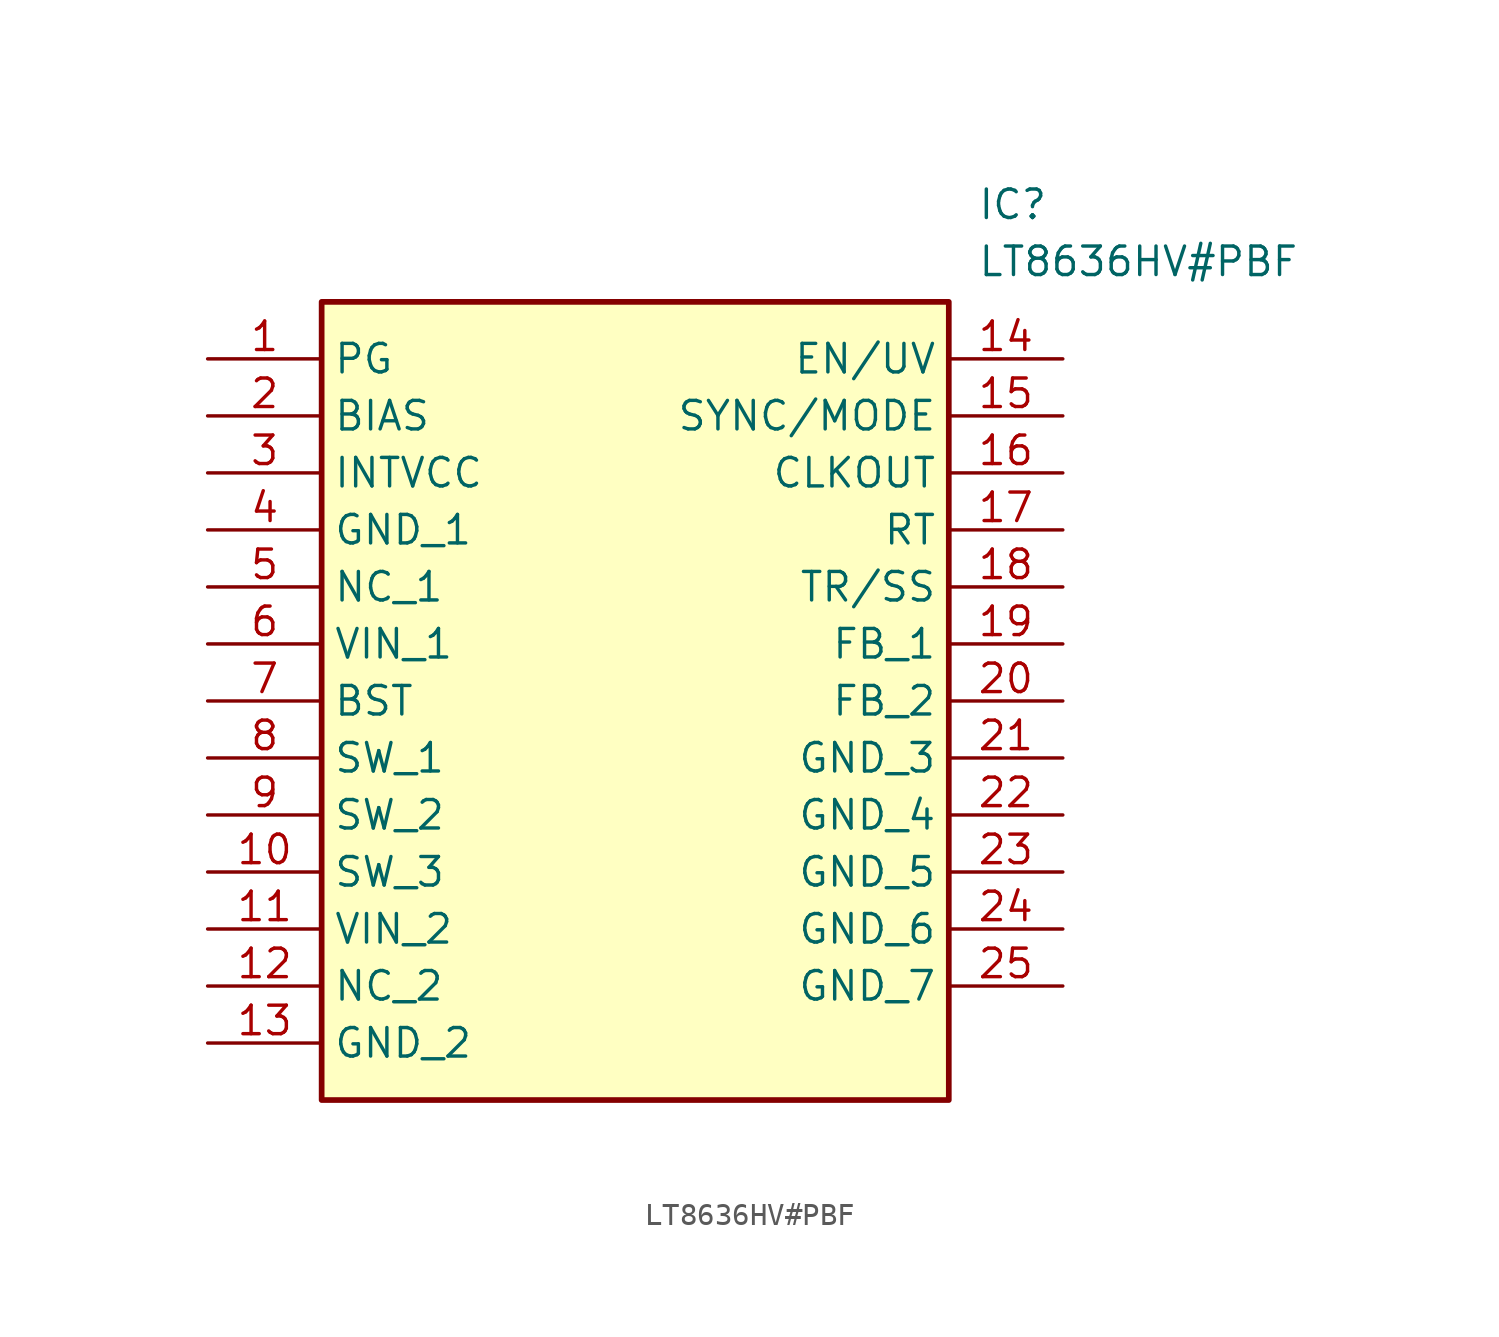
<source format=kicad_sym>
(kicad_symbol_lib
  (version 20211014)
  (generator SamacSys_ECAD_Model)
  (symbol "LT8636HV#PBF"
    (property "Reference" "IC"
      (at 34.29 7.62 0)
      (effects (font (size 1.27 1.27)) (justify left top)))
    (property "Value" "LT8636HV#PBF"
      (at 34.29 5.08 0)
      (effects (font (size 1.27 1.27)) (justify left top)))
    (rectangle
      (start 5.08 2.54)
      (end 33.02 -33.02)
      (stroke (width 0.254) (type default))
      (fill (type background)))
    (pin passive line
      (at 0 0 0)
      (length 5.08)
      (name "PG" (effects (font (size 1.27 1.27))))
      (number "1" (effects (font (size 1.27 1.27)))))
    (pin passive line
      (at 0 -2.54 0)
      (length 5.08)
      (name "BIAS" (effects (font (size 1.27 1.27))))
      (number "2" (effects (font (size 1.27 1.27)))))
    (pin passive line
      (at 0 -5.08 0)
      (length 5.08)
      (name "INTVCC" (effects (font (size 1.27 1.27))))
      (number "3" (effects (font (size 1.27 1.27)))))
    (pin passive line
      (at 0 -7.62 0)
      (length 5.08)
      (name "GND_1" (effects (font (size 1.27 1.27))))
      (number "4" (effects (font (size 1.27 1.27)))))
    (pin passive line
      (at 0 -10.16 0)
      (length 5.08)
      (name "NC_1" (effects (font (size 1.27 1.27))))
      (number "5" (effects (font (size 1.27 1.27)))))
    (pin passive line
      (at 0 -12.7 0)
      (length 5.08)
      (name "VIN_1" (effects (font (size 1.27 1.27))))
      (number "6" (effects (font (size 1.27 1.27)))))
    (pin passive line
      (at 0 -15.24 0)
      (length 5.08)
      (name "BST" (effects (font (size 1.27 1.27))))
      (number "7" (effects (font (size 1.27 1.27)))))
    (pin passive line
      (at 0 -17.78 0)
      (length 5.08)
      (name "SW_1" (effects (font (size 1.27 1.27))))
      (number "8" (effects (font (size 1.27 1.27)))))
    (pin passive line
      (at 0 -20.32 0)
      (length 5.08)
      (name "SW_2" (effects (font (size 1.27 1.27))))
      (number "9" (effects (font (size 1.27 1.27)))))
    (pin passive line
      (at 0 -22.86 0)
      (length 5.08)
      (name "SW_3" (effects (font (size 1.27 1.27))))
      (number "10" (effects (font (size 1.27 1.27)))))
    (pin passive line
      (at 0 -25.4 0)
      (length 5.08)
      (name "VIN_2" (effects (font (size 1.27 1.27))))
      (number "11" (effects (font (size 1.27 1.27)))))
    (pin passive line
      (at 0 -27.94 0)
      (length 5.08)
      (name "NC_2" (effects (font (size 1.27 1.27))))
      (number "12" (effects (font (size 1.27 1.27)))))
    (pin passive line
      (at 0 -30.48 0)
      (length 5.08)
      (name "GND_2" (effects (font (size 1.27 1.27))))
      (number "13" (effects (font (size 1.27 1.27)))))
    (pin passive line
      (at 38.1 0 180)
      (length 5.08)
      (name "EN/UV" (effects (font (size 1.27 1.27))))
      (number "14" (effects (font (size 1.27 1.27)))))
    (pin passive line
      (at 38.1 -2.54 180)
      (length 5.08)
      (name "SYNC/MODE" (effects (font (size 1.27 1.27))))
      (number "15" (effects (font (size 1.27 1.27)))))
    (pin passive line
      (at 38.1 -5.08 180)
      (length 5.08)
      (name "CLKOUT" (effects (font (size 1.27 1.27))))
      (number "16" (effects (font (size 1.27 1.27)))))
    (pin passive line
      (at 38.1 -7.62 180)
      (length 5.08)
      (name "RT" (effects (font (size 1.27 1.27))))
      (number "17" (effects (font (size 1.27 1.27)))))
    (pin passive line
      (at 38.1 -10.16 180)
      (length 5.08)
      (name "TR/SS" (effects (font (size 1.27 1.27))))
      (number "18" (effects (font (size 1.27 1.27)))))
    (pin passive line
      (at 38.1 -12.7 180)
      (length 5.08)
      (name "FB_1" (effects (font (size 1.27 1.27))))
      (number "19" (effects (font (size 1.27 1.27)))))
    (pin passive line
      (at 38.1 -15.24 180)
      (length 5.08)
      (name "FB_2" (effects (font (size 1.27 1.27))))
      (number "20" (effects (font (size 1.27 1.27)))))
    (pin passive line
      (at 38.1 -17.78 180)
      (length 5.08)
      (name "GND_3" (effects (font (size 1.27 1.27))))
      (number "21" (effects (font (size 1.27 1.27)))))
    (pin passive line
      (at 38.1 -20.32 180)
      (length 5.08)
      (name "GND_4" (effects (font (size 1.27 1.27))))
      (number "22" (effects (font (size 1.27 1.27)))))
    (pin passive line
      (at 38.1 -22.86 180)
      (length 5.08)
      (name "GND_5" (effects (font (size 1.27 1.27))))
      (number "23" (effects (font (size 1.27 1.27)))))
    (pin passive line
      (at 38.1 -25.4 180)
      (length 5.08)
      (name "GND_6" (effects (font (size 1.27 1.27))))
      (number "24" (effects (font (size 1.27 1.27)))))
    (pin passive line
      (at 38.1 -27.94 180)
      (length 5.08)
      (name "GND_7" (effects (font (size 1.27 1.27))))
      (number "25" (effects (font (size 1.27 1.27)))))))
</source>
